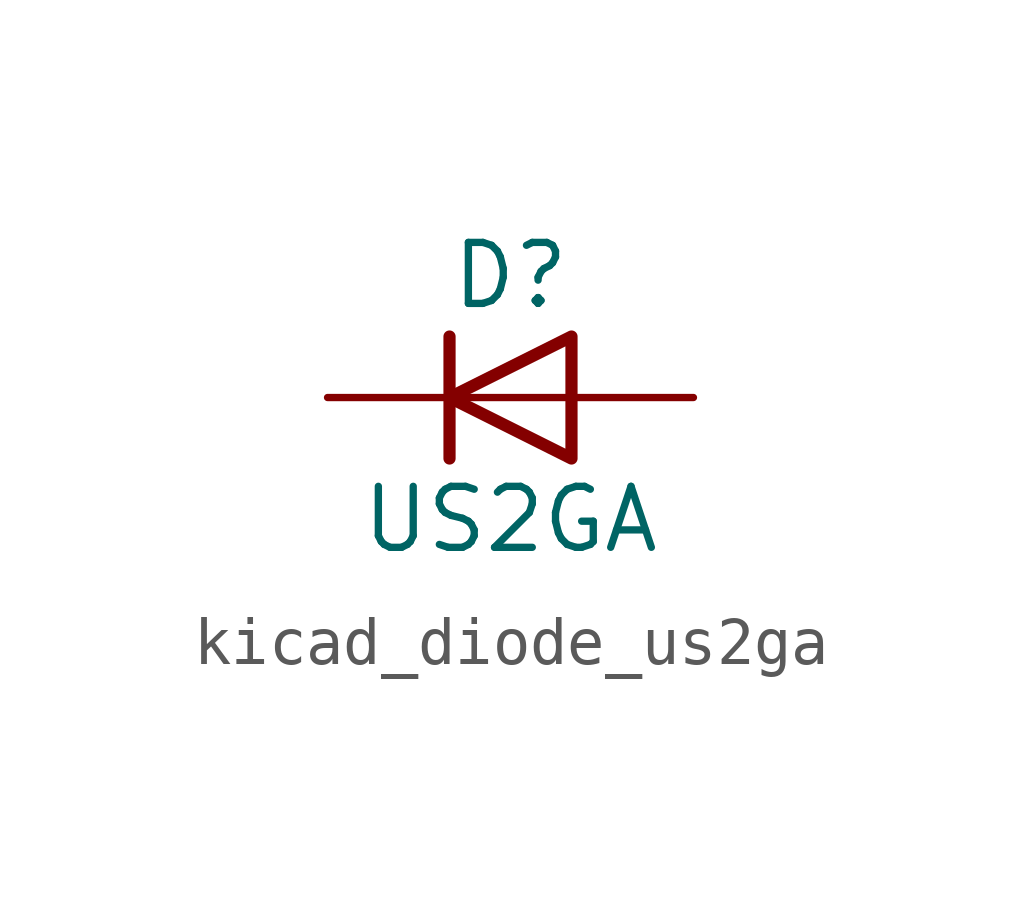
<source format=kicad_sym>
(kicad_symbol_lib
  (version 20220914)
  (generator kicad_symbol_editor)
  (symbol "kicad_diode_us2ga"
    (pin_numbers hide)
    (pin_names hide)
    (property "Reference" "D"
      (at 0 2.54 0)
      (effects (font (size 1.27 1.27))))
    (property "Value" "US2GA"
      (at 0 -2.54 0)
      (effects (font (size 1.27 1.27))))
    (symbol "kicad_diode_us2ga_0_1"
      (polyline (pts (xy -1.27 1.27) (xy -1.27 -1.27)) (stroke (width 0.254) (type default)) (fill (type none)))
      (polyline (pts (xy 1.27 0) (xy -1.27 0)) (stroke (width 0) (type default)) (fill (type none)))
      (polyline (pts (xy 1.27 1.27) (xy 1.27 -1.27) (xy -1.27 0) (xy 1.27 1.27)) (stroke (width 0.254) (type default)) (fill (type none))))
    (symbol "kicad_diode_us2ga_1_1"
      (pin passive line (at -3.81 0 0) (length 2.54) (name "K" (effects (font (size 1.27 1.27)))) (number "1" (effects (font (size 1.27 1.27)))))
      (pin passive line (at 3.81 0 180) (length 2.54) (name "A" (effects (font (size 1.27 1.27)))) (number "2" (effects (font (size 1.27 1.27))))))))
</source>
